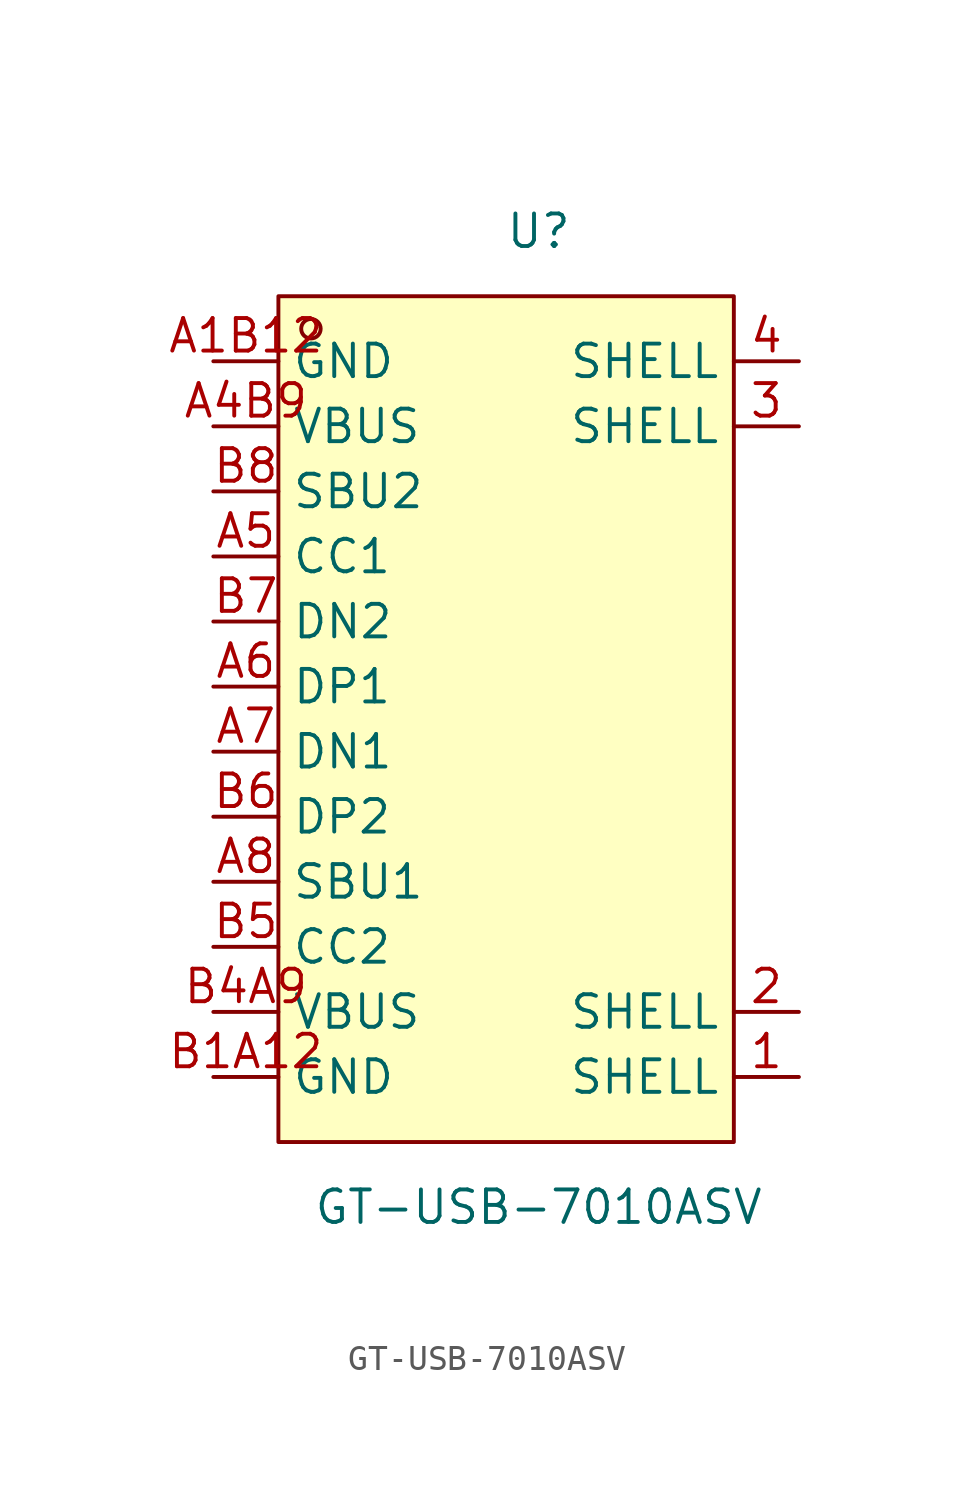
<source format=kicad_sym>
(kicad_symbol_lib
  (version 20211014)
  (generator https://github.com/uPesy/easyeda2kicad.py)
  (symbol "GT-USB-7010ASV"
    (property "Reference" "U"
      (at 0 20.32 0)
      (effects (font (size 1.27 1.27))))
    (property "Value" "GT-USB-7010ASV"
      (at 0 -17.78 0)
      (effects (font (size 1.27 1.27))))
    (symbol "GT-USB-7010ASV_0_1"
      (rectangle (start -10.16 17.78) (end 7.62 -15.24) (stroke (width 0) (type default) (color 0 0 0 0)) (fill (type background)))
      (circle (center -8.89 16.51) (radius 0.38) (stroke (width 0) (type default) (color 0 0 0 0)) (fill (type none)))
      (pin unspecified line (at 10.16 15.24 180) (length 2.54) (name "SHELL" (effects (font (size 1.27 1.27)))) (number "4" (effects (font (size 1.27 1.27)))))
      (pin unspecified line (at 10.16 12.70 180) (length 2.54) (name "SHELL" (effects (font (size 1.27 1.27)))) (number "3" (effects (font (size 1.27 1.27)))))
      (pin unspecified line (at 10.16 -10.16 180) (length 2.54) (name "SHELL" (effects (font (size 1.27 1.27)))) (number "2" (effects (font (size 1.27 1.27)))))
      (pin unspecified line (at 10.16 -12.70 180) (length 2.54) (name "SHELL" (effects (font (size 1.27 1.27)))) (number "1" (effects (font (size 1.27 1.27)))))
      (pin unspecified line (at -12.70 -12.70 0) (length 2.54) (name "GND" (effects (font (size 1.27 1.27)))) (number "B1A12" (effects (font (size 1.27 1.27)))))
      (pin unspecified line (at -12.70 -10.16 0) (length 2.54) (name "VBUS" (effects (font (size 1.27 1.27)))) (number "B4A9" (effects (font (size 1.27 1.27)))))
      (pin unspecified line (at -12.70 -7.62 0) (length 2.54) (name "CC2" (effects (font (size 1.27 1.27)))) (number "B5" (effects (font (size 1.27 1.27)))))
      (pin unspecified line (at -12.70 -5.08 0) (length 2.54) (name "SBU1" (effects (font (size 1.27 1.27)))) (number "A8" (effects (font (size 1.27 1.27)))))
      (pin unspecified line (at -12.70 -2.54 0) (length 2.54) (name "DP2" (effects (font (size 1.27 1.27)))) (number "B6" (effects (font (size 1.27 1.27)))))
      (pin unspecified line (at -12.70 -0.00 0) (length 2.54) (name "DN1" (effects (font (size 1.27 1.27)))) (number "A7" (effects (font (size 1.27 1.27)))))
      (pin unspecified line (at -12.70 2.54 0) (length 2.54) (name "DP1" (effects (font (size 1.27 1.27)))) (number "A6" (effects (font (size 1.27 1.27)))))
      (pin unspecified line (at -12.70 5.08 0) (length 2.54) (name "DN2" (effects (font (size 1.27 1.27)))) (number "B7" (effects (font (size 1.27 1.27)))))
      (pin unspecified line (at -12.70 7.62 0) (length 2.54) (name "CC1" (effects (font (size 1.27 1.27)))) (number "A5" (effects (font (size 1.27 1.27)))))
      (pin unspecified line (at -12.70 10.16 0) (length 2.54) (name "SBU2" (effects (font (size 1.27 1.27)))) (number "B8" (effects (font (size 1.27 1.27)))))
      (pin unspecified line (at -12.70 12.70 0) (length 2.54) (name "VBUS" (effects (font (size 1.27 1.27)))) (number "A4B9" (effects (font (size 1.27 1.27)))))
      (pin unspecified line (at -12.70 15.24 0) (length 2.54) (name "GND" (effects (font (size 1.27 1.27)))) (number "A1B12" (effects (font (size 1.27 1.27))))))))
</source>
